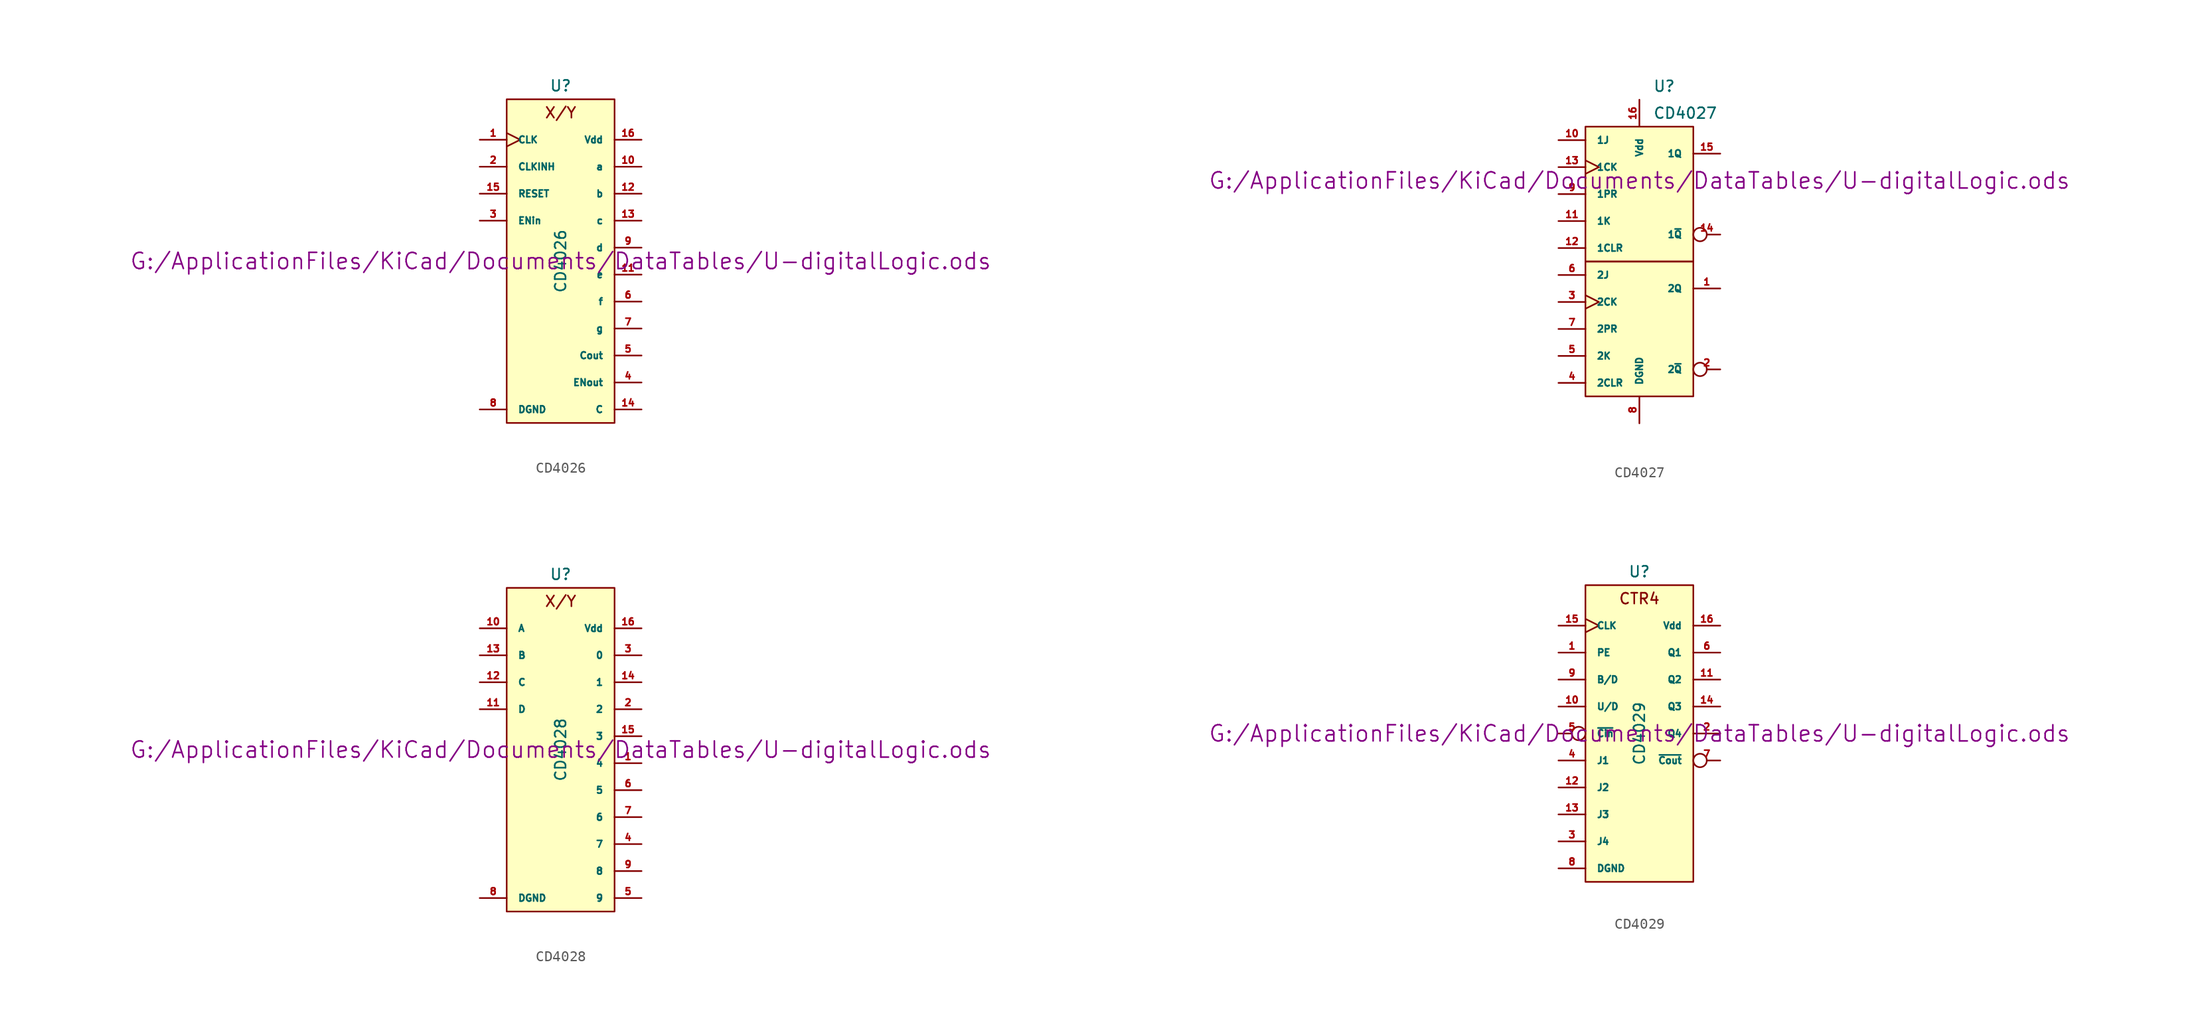
<source format=kicad_sym>
(kicad_symbol_lib
  (version 20211014)
  (generator kicad_symbol_editor)
  (symbol "CD4026"
    (pin_names
      (offset 1.016))
    (property "Reference" "U"
      (at 0 16.51 0)
      (effects (font (size 1.016 1.016))))
    (property "Value" "CD4026"
      (at 0 0 90)
      (effects (font (size 1.016 1.016))))
    (property "Footprint" ""
      (at 0 0 0)
      (effects (font (size 1.524 1.524))))
    (property "Datasheet" "G:/ApplicationFiles/KiCad/Documents/DataTables/U-digitalLogic.ods"
      (at 0 0 0)
      (effects (font (size 1.524 1.524))))
    (symbol "CD4026_0_0"
      (text "X/Y" (at 0 13.97 0) (effects (font (size 1.016 1.016)))))
    (symbol "CD4026_0_1"
      (rectangle (start -5.08 15.24) (end 5.08 -15.24) (stroke (width 0) (type default) (color 0 0 0 0)) (fill (type background))))
    (symbol "CD4026_1_1"
      (pin input clock (at -7.62 11.43 0) (length 2.54) (name "CLK" (effects (font (size 0.635 0.635)))) (number "1" (effects (font (size 0.635 0.635)))))
      (pin output line (at 7.62 8.89 180) (length 2.54) (name "a" (effects (font (size 0.635 0.635)))) (number "10" (effects (font (size 0.635 0.635)))))
      (pin output line (at 7.62 -1.27 180) (length 2.54) (name "e" (effects (font (size 0.635 0.635)))) (number "11" (effects (font (size 0.635 0.635)))))
      (pin output line (at 7.62 6.35 180) (length 2.54) (name "b" (effects (font (size 0.635 0.635)))) (number "12" (effects (font (size 0.635 0.635)))))
      (pin output line (at 7.62 3.81 180) (length 2.54) (name "c" (effects (font (size 0.635 0.635)))) (number "13" (effects (font (size 0.635 0.635)))))
      (pin output line (at 7.62 -13.97 180) (length 2.54) (name "C" (effects (font (size 0.635 0.635)))) (number "14" (effects (font (size 0.635 0.635)))))
      (pin input line (at -7.62 6.35 0) (length 2.54) (name "RESET" (effects (font (size 0.635 0.635)))) (number "15" (effects (font (size 0.635 0.635)))))
      (pin power_in line (at 7.62 11.43 180) (length 2.54) (name "Vdd" (effects (font (size 0.635 0.635)))) (number "16" (effects (font (size 0.635 0.635)))))
      (pin input line (at -7.62 8.89 0) (length 2.54) (name "CLKINH" (effects (font (size 0.635 0.635)))) (number "2" (effects (font (size 0.635 0.635)))))
      (pin input line (at -7.62 3.81 0) (length 2.54) (name "ENin" (effects (font (size 0.635 0.635)))) (number "3" (effects (font (size 0.635 0.635)))))
      (pin output line (at 7.62 -11.43 180) (length 2.54) (name "ENout" (effects (font (size 0.635 0.635)))) (number "4" (effects (font (size 0.635 0.635)))))
      (pin output line (at 7.62 -8.89 180) (length 2.54) (name "Cout" (effects (font (size 0.635 0.635)))) (number "5" (effects (font (size 0.635 0.635)))))
      (pin output line (at 7.62 -3.81 180) (length 2.54) (name "f" (effects (font (size 0.635 0.635)))) (number "6" (effects (font (size 0.635 0.635)))))
      (pin output line (at 7.62 -6.35 180) (length 2.54) (name "g" (effects (font (size 0.635 0.635)))) (number "7" (effects (font (size 0.635 0.635)))))
      (pin power_in line (at -7.62 -13.97 0) (length 2.54) (name "DGND" (effects (font (size 0.635 0.635)))) (number "8" (effects (font (size 0.635 0.635)))))
      (pin output line (at 7.62 1.27 180) (length 2.54) (name "d" (effects (font (size 0.635 0.635)))) (number "9" (effects (font (size 0.635 0.635)))))))
  (symbol "CD4027"
    (pin_names
      (offset 1.016))
    (property "Reference" "U"
      (at 1.27 16.51 0)
      (effects (font (size 1.016 1.016)) (justify left)))
    (property "Value" "CD4027"
      (at 1.27 13.97 0)
      (effects (font (size 1.016 1.016)) (justify left)))
    (property "Footprint" ""
      (at 0 7.62 0)
      (effects (font (size 1.524 1.524))))
    (property "Datasheet" "G:/ApplicationFiles/KiCad/Documents/DataTables/U-digitalLogic.ods"
      (at 0 7.62 0)
      (effects (font (size 1.524 1.524))))
    (symbol "CD4027_0_1"
      (rectangle (start -5.08 0) (end 5.08 -12.7) (stroke (width 0) (type default) (color 0 0 0 0)) (fill (type background)))
      (rectangle (start -5.08 12.7) (end 5.08 0) (stroke (width 0) (type default) (color 0 0 0 0)) (fill (type background))))
    (symbol "CD4027_1_1"
      (pin output line (at 7.62 -2.54 180) (length 2.54) (name "2Q" (effects (font (size 0.635 0.635)))) (number "1" (effects (font (size 0.635 0.635)))))
      (pin input line (at -7.62 11.43 0) (length 2.54) (name "1J" (effects (font (size 0.635 0.635)))) (number "10" (effects (font (size 0.635 0.635)))))
      (pin input line (at -7.62 3.81 0) (length 2.54) (name "1K" (effects (font (size 0.635 0.635)))) (number "11" (effects (font (size 0.635 0.635)))))
      (pin input line (at -7.62 1.27 0) (length 2.54) (name "1CLR" (effects (font (size 0.635 0.635)))) (number "12" (effects (font (size 0.635 0.635)))))
      (pin input clock (at -7.62 8.89 0) (length 2.54) (name "1CK" (effects (font (size 0.635 0.635)))) (number "13" (effects (font (size 0.635 0.635)))))
      (pin output inverted (at 7.62 2.54 180) (length 2.54) (name "1~{Q}" (effects (font (size 0.635 0.635)))) (number "14" (effects (font (size 0.635 0.635)))))
      (pin output line (at 7.62 10.16 180) (length 2.54) (name "1Q" (effects (font (size 0.635 0.635)))) (number "15" (effects (font (size 0.635 0.635)))))
      (pin power_in line (at 0 15.24 270) (length 2.54) (name "Vdd" (effects (font (size 0.635 0.635)))) (number "16" (effects (font (size 0.635 0.635)))))
      (pin output inverted (at 7.62 -10.16 180) (length 2.54) (name "2~{Q}" (effects (font (size 0.635 0.635)))) (number "2" (effects (font (size 0.635 0.635)))))
      (pin input clock (at -7.62 -3.81 0) (length 2.54) (name "2CK" (effects (font (size 0.635 0.635)))) (number "3" (effects (font (size 0.635 0.635)))))
      (pin input line (at -7.62 -11.43 0) (length 2.54) (name "2CLR" (effects (font (size 0.635 0.635)))) (number "4" (effects (font (size 0.635 0.635)))))
      (pin input line (at -7.62 -8.89 0) (length 2.54) (name "2K" (effects (font (size 0.635 0.635)))) (number "5" (effects (font (size 0.635 0.635)))))
      (pin input line (at -7.62 -1.27 0) (length 2.54) (name "2J" (effects (font (size 0.635 0.635)))) (number "6" (effects (font (size 0.635 0.635)))))
      (pin input line (at -7.62 -6.35 0) (length 2.54) (name "2PR" (effects (font (size 0.635 0.635)))) (number "7" (effects (font (size 0.635 0.635)))))
      (pin power_in line (at 0 -15.24 90) (length 2.54) (name "DGND" (effects (font (size 0.635 0.635)))) (number "8" (effects (font (size 0.635 0.635)))))
      (pin input line (at -7.62 6.35 0) (length 2.54) (name "1PR" (effects (font (size 0.635 0.635)))) (number "9" (effects (font (size 0.635 0.635)))))))
  (symbol "CD4028"
    (pin_names
      (offset 1.016))
    (property "Reference" "U"
      (at 0 16.51 0)
      (effects (font (size 1.016 1.016))))
    (property "Value" "CD4028"
      (at 0 0 90)
      (effects (font (size 1.016 1.016))))
    (property "Footprint" ""
      (at 0 0 0)
      (effects (font (size 1.524 1.524))))
    (property "Datasheet" "G:/ApplicationFiles/KiCad/Documents/DataTables/U-digitalLogic.ods"
      (at 0 0 0)
      (effects (font (size 1.524 1.524))))
    (symbol "CD4028_0_0"
      (text "X/Y" (at 0 13.97 0) (effects (font (size 1.016 1.016)))))
    (symbol "CD4028_0_1"
      (rectangle (start -5.08 15.24) (end 5.08 -15.24) (stroke (width 0) (type default) (color 0 0 0 0)) (fill (type background))))
    (symbol "CD4028_1_1"
      (pin output line (at 7.62 -1.27 180) (length 2.54) (name "4" (effects (font (size 0.635 0.635)))) (number "1" (effects (font (size 0.635 0.635)))))
      (pin input line (at -7.62 11.43 0) (length 2.54) (name "A" (effects (font (size 0.635 0.635)))) (number "10" (effects (font (size 0.635 0.635)))))
      (pin input line (at -7.62 3.81 0) (length 2.54) (name "D" (effects (font (size 0.635 0.635)))) (number "11" (effects (font (size 0.635 0.635)))))
      (pin input line (at -7.62 6.35 0) (length 2.54) (name "C" (effects (font (size 0.635 0.635)))) (number "12" (effects (font (size 0.635 0.635)))))
      (pin input line (at -7.62 8.89 0) (length 2.54) (name "B" (effects (font (size 0.635 0.635)))) (number "13" (effects (font (size 0.635 0.635)))))
      (pin output line (at 7.62 6.35 180) (length 2.54) (name "1" (effects (font (size 0.635 0.635)))) (number "14" (effects (font (size 0.635 0.635)))))
      (pin output line (at 7.62 1.27 180) (length 2.54) (name "3" (effects (font (size 0.635 0.635)))) (number "15" (effects (font (size 0.635 0.635)))))
      (pin power_in line (at 7.62 11.43 180) (length 2.54) (name "Vdd" (effects (font (size 0.635 0.635)))) (number "16" (effects (font (size 0.635 0.635)))))
      (pin output line (at 7.62 3.81 180) (length 2.54) (name "2" (effects (font (size 0.635 0.635)))) (number "2" (effects (font (size 0.635 0.635)))))
      (pin output line (at 7.62 8.89 180) (length 2.54) (name "0" (effects (font (size 0.635 0.635)))) (number "3" (effects (font (size 0.635 0.635)))))
      (pin output line (at 7.62 -8.89 180) (length 2.54) (name "7" (effects (font (size 0.635 0.635)))) (number "4" (effects (font (size 0.635 0.635)))))
      (pin output line (at 7.62 -13.97 180) (length 2.54) (name "9" (effects (font (size 0.635 0.635)))) (number "5" (effects (font (size 0.635 0.635)))))
      (pin output line (at 7.62 -3.81 180) (length 2.54) (name "5" (effects (font (size 0.635 0.635)))) (number "6" (effects (font (size 0.635 0.635)))))
      (pin output line (at 7.62 -6.35 180) (length 2.54) (name "6" (effects (font (size 0.635 0.635)))) (number "7" (effects (font (size 0.635 0.635)))))
      (pin power_in line (at -7.62 -13.97 0) (length 2.54) (name "DGND" (effects (font (size 0.635 0.635)))) (number "8" (effects (font (size 0.635 0.635)))))
      (pin output line (at 7.62 -11.43 180) (length 2.54) (name "8" (effects (font (size 0.635 0.635)))) (number "9" (effects (font (size 0.635 0.635)))))))
  (symbol "CD4029"
    (pin_names
      (offset 1.016))
    (property "Reference" "U"
      (at 0 15.24 0)
      (effects (font (size 1.016 1.016))))
    (property "Value" "CD4029"
      (at 0 0 90)
      (effects (font (size 1.016 1.016))))
    (property "Footprint" ""
      (at 0 0 0)
      (effects (font (size 1.524 1.524))))
    (property "Datasheet" "G:/ApplicationFiles/KiCad/Documents/DataTables/U-digitalLogic.ods"
      (at 0 0 0)
      (effects (font (size 1.524 1.524))))
    (symbol "CD4029_0_0"
      (text "CTR4" (at 0 12.7 0) (effects (font (size 1.016 1.016)))))
    (symbol "CD4029_0_1"
      (rectangle (start -5.08 13.97) (end 5.08 -13.97) (stroke (width 0) (type default) (color 0 0 0 0)) (fill (type background))))
    (symbol "CD4029_1_1"
      (pin input line (at -7.62 7.62 0) (length 2.54) (name "PE" (effects (font (size 0.635 0.635)))) (number "1" (effects (font (size 0.635 0.635)))))
      (pin input line (at -7.62 2.54 0) (length 2.54) (name "U/D" (effects (font (size 0.635 0.635)))) (number "10" (effects (font (size 0.635 0.635)))))
      (pin output line (at 7.62 5.08 180) (length 2.54) (name "Q2" (effects (font (size 0.635 0.635)))) (number "11" (effects (font (size 0.635 0.635)))))
      (pin input line (at -7.62 -5.08 0) (length 2.54) (name "J2" (effects (font (size 0.635 0.635)))) (number "12" (effects (font (size 0.635 0.635)))))
      (pin input line (at -7.62 -7.62 0) (length 2.54) (name "J3" (effects (font (size 0.635 0.635)))) (number "13" (effects (font (size 0.635 0.635)))))
      (pin output line (at 7.62 2.54 180) (length 2.54) (name "Q3" (effects (font (size 0.635 0.635)))) (number "14" (effects (font (size 0.635 0.635)))))
      (pin input clock (at -7.62 10.16 0) (length 2.54) (name "CLK" (effects (font (size 0.635 0.635)))) (number "15" (effects (font (size 0.635 0.635)))))
      (pin power_in line (at 7.62 10.16 180) (length 2.54) (name "Vdd" (effects (font (size 0.635 0.635)))) (number "16" (effects (font (size 0.635 0.635)))))
      (pin output line (at 7.62 0 180) (length 2.54) (name "Q4" (effects (font (size 0.635 0.635)))) (number "2" (effects (font (size 0.635 0.635)))))
      (pin input line (at -7.62 -10.16 0) (length 2.54) (name "J4" (effects (font (size 0.635 0.635)))) (number "3" (effects (font (size 0.635 0.635)))))
      (pin input line (at -7.62 -2.54 0) (length 2.54) (name "J1" (effects (font (size 0.635 0.635)))) (number "4" (effects (font (size 0.635 0.635)))))
      (pin input inverted (at -7.62 0 0) (length 2.54) (name "~{Cin}" (effects (font (size 0.635 0.635)))) (number "5" (effects (font (size 0.635 0.635)))))
      (pin output line (at 7.62 7.62 180) (length 2.54) (name "Q1" (effects (font (size 0.635 0.635)))) (number "6" (effects (font (size 0.635 0.635)))))
      (pin output inverted (at 7.62 -2.54 180) (length 2.54) (name "~{Cout}" (effects (font (size 0.635 0.635)))) (number "7" (effects (font (size 0.635 0.635)))))
      (pin power_in line (at -7.62 -12.7 0) (length 2.54) (name "DGND" (effects (font (size 0.635 0.635)))) (number "8" (effects (font (size 0.635 0.635)))))
      (pin input line (at -7.62 5.08 0) (length 2.54) (name "B/D" (effects (font (size 0.635 0.635)))) (number "9" (effects (font (size 0.635 0.635))))))))
</source>
